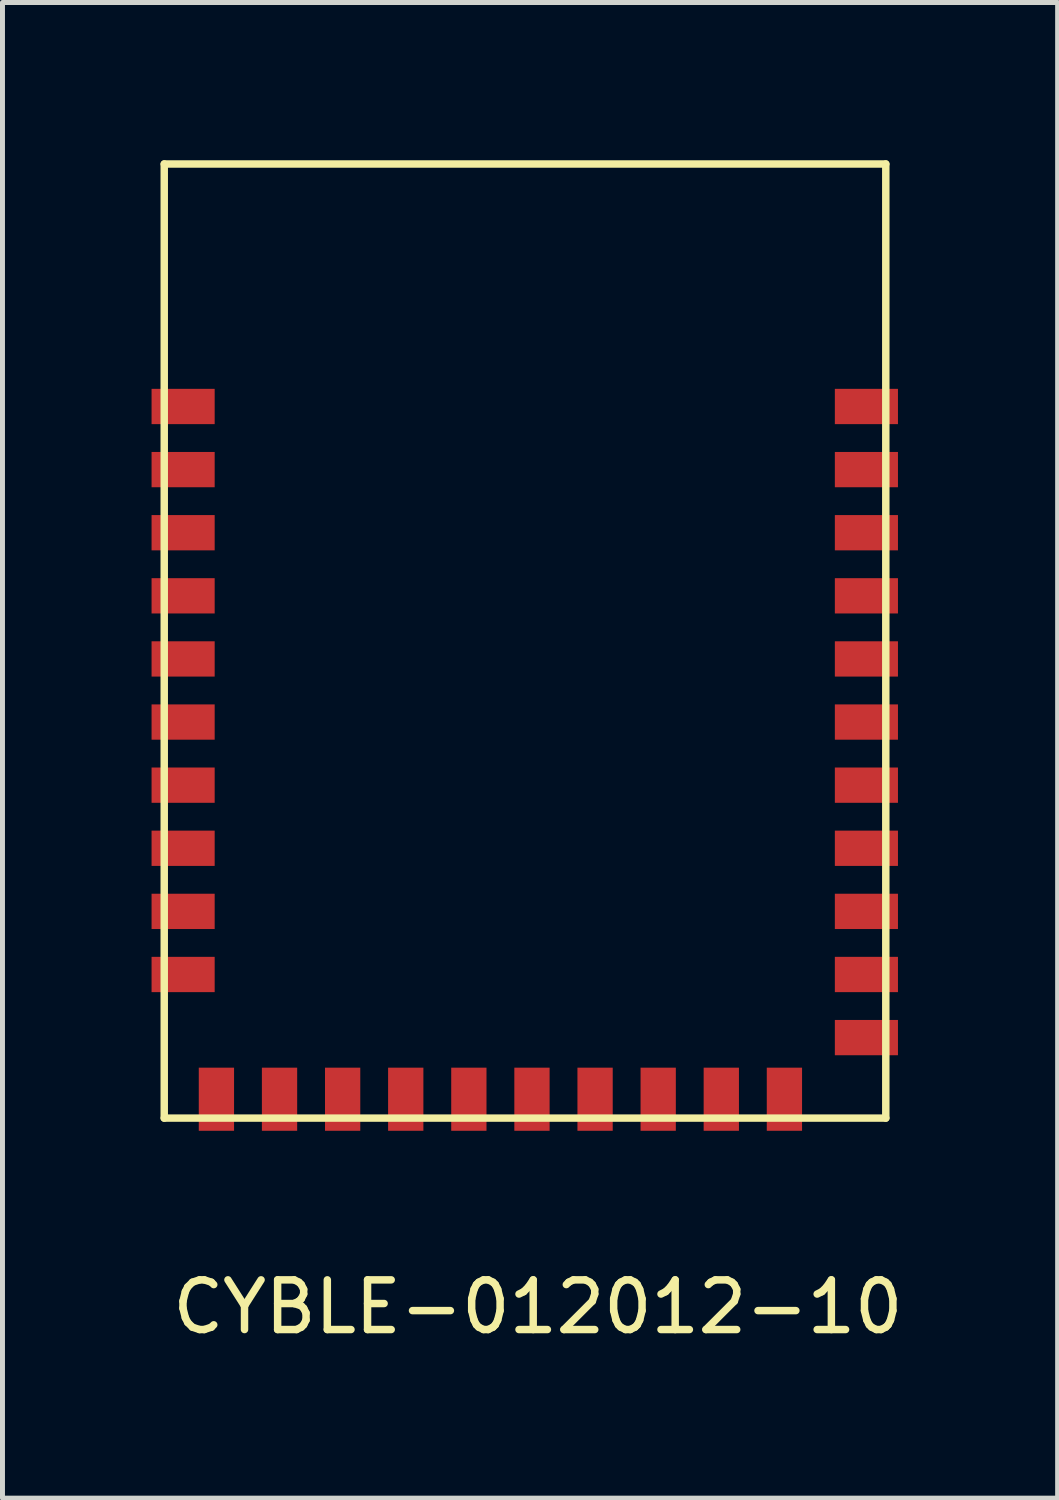
<source format=kicad_pcb>
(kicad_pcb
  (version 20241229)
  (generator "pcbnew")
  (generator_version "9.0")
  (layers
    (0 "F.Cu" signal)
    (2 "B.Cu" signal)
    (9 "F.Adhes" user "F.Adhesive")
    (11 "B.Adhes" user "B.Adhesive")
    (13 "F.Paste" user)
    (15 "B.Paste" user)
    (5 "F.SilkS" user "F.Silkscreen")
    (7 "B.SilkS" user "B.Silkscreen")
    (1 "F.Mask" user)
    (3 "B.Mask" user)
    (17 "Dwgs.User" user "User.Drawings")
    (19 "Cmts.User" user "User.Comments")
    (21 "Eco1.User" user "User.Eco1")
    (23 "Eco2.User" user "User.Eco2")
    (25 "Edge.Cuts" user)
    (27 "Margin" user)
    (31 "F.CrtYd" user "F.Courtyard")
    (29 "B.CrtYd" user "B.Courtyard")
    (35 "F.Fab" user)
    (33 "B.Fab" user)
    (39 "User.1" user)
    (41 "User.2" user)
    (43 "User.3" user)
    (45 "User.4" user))
  (footprint "CYBLE-012012-10"
    (layer "F.Cu")
    (at 14.775 0.25)
    (property "Reference" "CYBLE-012012-10" (at -7 23 0) (layer "F.SilkS") (effects (font (size 1 1) (thickness 0.15))))
    (attr through_hole)
    (fp_line (start -14.52 0) (end -14.52 19.2) (stroke (width 0.15) (type solid)) (layer "F.SilkS"))
    (fp_line (start -14.52 19.2) (end 0 19.2) (stroke (width 0.15) (type solid)) (layer "F.SilkS"))
    (fp_line (start 0 0) (end -14.52 0) (stroke (width 0.15) (type solid)) (layer "F.SilkS"))
    (fp_line (start 0 19.2) (end 0 0) (stroke (width 0.15) (type solid)) (layer "F.SilkS"))
    (pad "1" smd rect (at -0.39 4.88) (size 1.27 0.71) (layers "F.Cu" "F.Mask" "F.Paste"))
    (pad "2" smd rect (at -0.39 6.15) (size 1.27 0.71) (layers "F.Cu" "F.Mask" "F.Paste"))
    (pad "3" smd rect (at -0.39 7.42) (size 1.27 0.71) (layers "F.Cu" "F.Mask" "F.Paste"))
    (pad "4" smd rect (at -0.39 8.69) (size 1.27 0.71) (layers "F.Cu" "F.Mask" "F.Paste"))
    (pad "5" smd rect (at -0.39 9.96) (size 1.27 0.71) (layers "F.Cu" "F.Mask" "F.Paste"))
    (pad "6" smd rect (at -0.39 11.23) (size 1.27 0.71) (layers "F.Cu" "F.Mask" "F.Paste"))
    (pad "7" smd rect (at -0.39 12.5) (size 1.27 0.71) (layers "F.Cu" "F.Mask" "F.Paste"))
    (pad "8" smd rect (at -0.39 13.77) (size 1.27 0.71) (layers "F.Cu" "F.Mask" "F.Paste"))
    (pad "9" smd rect (at -0.39 15.04) (size 1.27 0.71) (layers "F.Cu" "F.Mask" "F.Paste"))
    (pad "10" smd rect (at -0.39 16.31) (size 1.27 0.71) (layers "F.Cu" "F.Mask" "F.Paste"))
    (pad "11" smd rect (at -0.39 17.58) (size 1.27 0.71) (layers "F.Cu" "F.Mask" "F.Paste"))
    (pad "12" smd rect (at -2.04 18.82 90) (size 1.27 0.71) (layers "F.Cu" "F.Mask" "F.Paste"))
    (pad "13" smd rect (at -3.31 18.82 90) (size 1.27 0.71) (layers "F.Cu" "F.Mask" "F.Paste"))
    (pad "14" smd rect (at -4.58 18.82 90) (size 1.27 0.71) (layers "F.Cu" "F.Mask" "F.Paste"))
    (pad "15" smd rect (at -5.85 18.82 90) (size 1.27 0.71) (layers "F.Cu" "F.Mask" "F.Paste"))
    (pad "16" smd rect (at -7.12 18.82 90) (size 1.27 0.71) (layers "F.Cu" "F.Mask" "F.Paste"))
    (pad "17" smd rect (at -8.39 18.82 90) (size 1.27 0.71) (layers "F.Cu" "F.Mask" "F.Paste"))
    (pad "18" smd rect (at -9.66 18.82 90) (size 1.27 0.71) (layers "F.Cu" "F.Mask" "F.Paste"))
    (pad "19" smd rect (at -10.93 18.82 90) (size 1.27 0.71) (layers "F.Cu" "F.Mask" "F.Paste"))
    (pad "20" smd rect (at -12.2 18.82 90) (size 1.27 0.71) (layers "F.Cu" "F.Mask" "F.Paste"))
    (pad "21" smd rect (at -13.47 18.82 90) (size 1.27 0.71) (layers "F.Cu" "F.Mask" "F.Paste"))
    (pad "22" smd rect (at -14.14 16.31) (size 1.27 0.71) (layers "F.Cu" "F.Mask" "F.Paste"))
    (pad "23" smd rect (at -14.14 15.04) (size 1.27 0.71) (layers "F.Cu" "F.Mask" "F.Paste"))
    (pad "24" smd rect (at -14.14 13.77) (size 1.27 0.71) (layers "F.Cu" "F.Mask" "F.Paste"))
    (pad "25" smd rect (at -14.14 12.5) (size 1.27 0.71) (layers "F.Cu" "F.Mask" "F.Paste"))
    (pad "26" smd rect (at -14.14 11.23) (size 1.27 0.71) (layers "F.Cu" "F.Mask" "F.Paste"))
    (pad "27" smd rect (at -14.14 9.96) (size 1.27 0.71) (layers "F.Cu" "F.Mask" "F.Paste"))
    (pad "28" smd rect (at -14.14 8.69) (size 1.27 0.71) (layers "F.Cu" "F.Mask" "F.Paste"))
    (pad "29" smd rect (at -14.14 7.42) (size 1.27 0.71) (layers "F.Cu" "F.Mask" "F.Paste"))
    (pad "30" smd rect (at -14.14 6.15) (size 1.27 0.71) (layers "F.Cu" "F.Mask" "F.Paste"))
    (pad "31" smd rect (at -14.14 4.88) (size 1.27 0.71) (layers "F.Cu" "F.Mask" "F.Paste")))
  (gr_rect
    (start -3 -3)
    (end 18.233 27.098)
    (stroke (width 0.1) (type default))
    (fill no)
    (layer "Edge.Cuts")))
</source>
